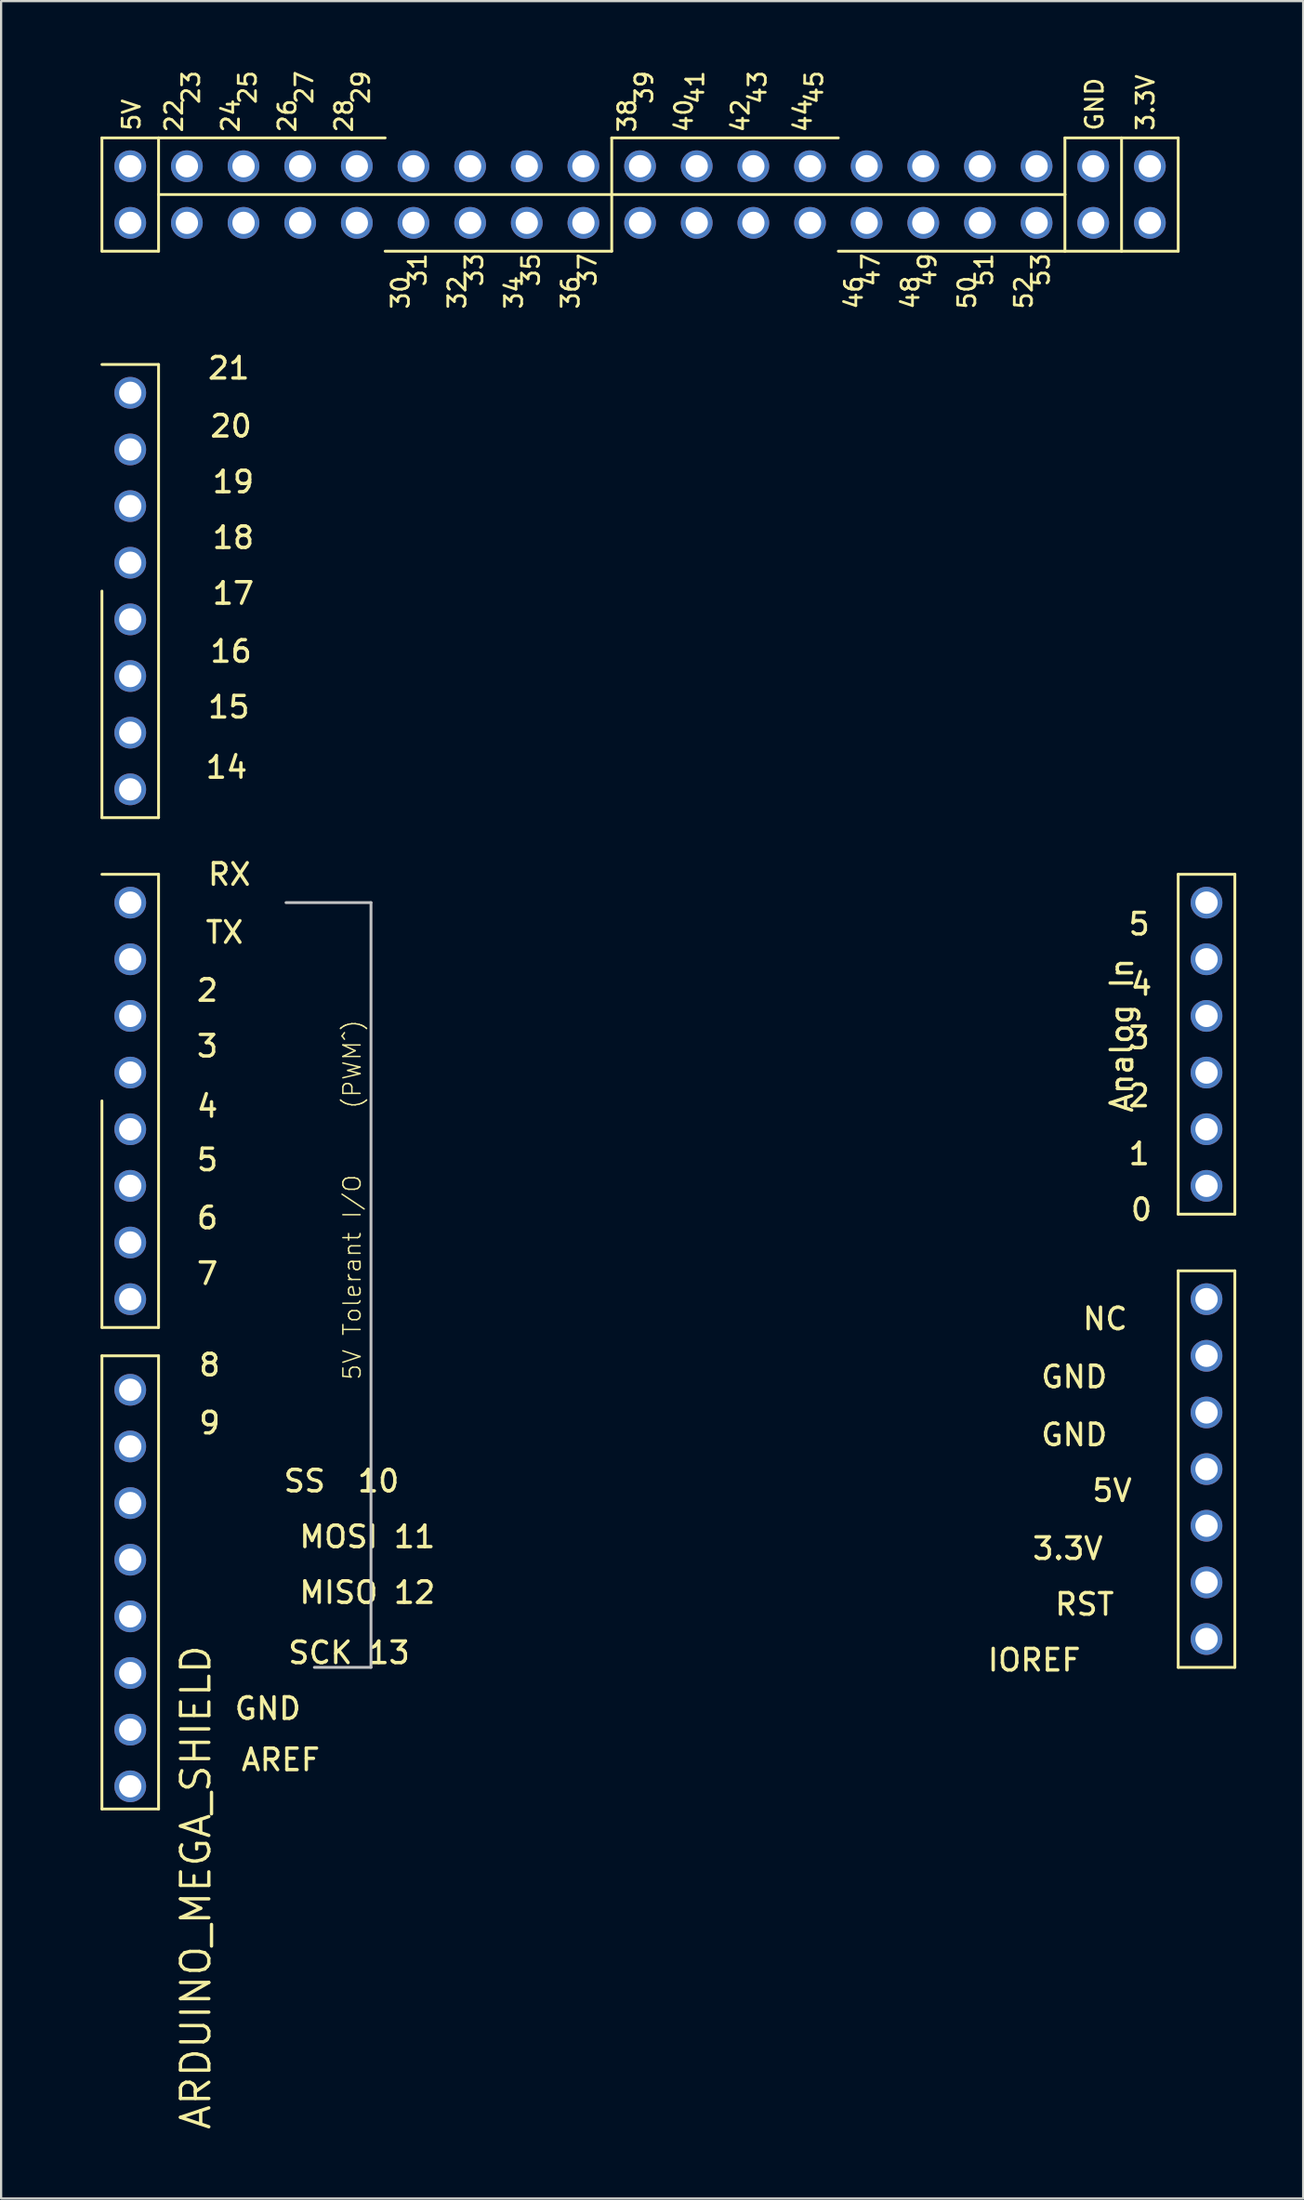
<source format=kicad_pcb>
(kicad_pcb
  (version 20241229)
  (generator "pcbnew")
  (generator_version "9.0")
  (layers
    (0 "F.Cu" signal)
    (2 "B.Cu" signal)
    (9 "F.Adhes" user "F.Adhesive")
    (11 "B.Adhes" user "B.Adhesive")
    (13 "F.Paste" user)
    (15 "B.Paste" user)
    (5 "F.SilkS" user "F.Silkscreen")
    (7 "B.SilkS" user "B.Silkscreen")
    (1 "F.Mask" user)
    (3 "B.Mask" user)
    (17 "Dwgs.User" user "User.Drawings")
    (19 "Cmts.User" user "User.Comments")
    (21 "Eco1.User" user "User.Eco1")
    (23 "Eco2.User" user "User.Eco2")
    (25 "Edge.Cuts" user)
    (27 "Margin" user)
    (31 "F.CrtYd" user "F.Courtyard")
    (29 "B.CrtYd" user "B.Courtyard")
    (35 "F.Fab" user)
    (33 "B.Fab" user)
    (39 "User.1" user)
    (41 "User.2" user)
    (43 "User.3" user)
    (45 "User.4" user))
  (footprint "ARDUINO_MEGA_SHIELD"
    (layer "F.Cu")
    (at 0.25 92.033)
    (property "Reference" "ARDUINO_MEGA_SHIELD" (at 4.74 -21.41 90) (layer "F.SilkS") (effects (font (size 1.27 1.27) (thickness 0.15)) (justify right top)))
    (attr through_hole)
    (fp_line (start 1.27 -88.9) (end 1.27 -83.82) (stroke (width 0.127) (type solid)) (layer "F.SilkS"))
    (fp_line (start 1.27 -88.9) (end 3.81 -88.9) (stroke (width 0.127) (type solid)) (layer "F.SilkS"))
    (fp_line (start 1.27 -83.82) (end 3.81 -83.82) (stroke (width 0.127) (type solid)) (layer "F.SilkS"))
    (fp_line (start 1.27 -78.74) (end 3.81 -78.74) (stroke (width 0.127) (type solid)) (layer "F.SilkS"))
    (fp_line (start 1.27 -68.58) (end 1.27 -58.42) (stroke (width 0.127) (type solid)) (layer "F.SilkS"))
    (fp_line (start 1.27 -58.42) (end 3.81 -58.42) (stroke (width 0.127) (type solid)) (layer "F.SilkS"))
    (fp_line (start 1.27 -55.88) (end 3.81 -55.88) (stroke (width 0.127) (type solid)) (layer "F.SilkS"))
    (fp_line (start 1.27 -45.72) (end 1.27 -35.56) (stroke (width 0.127) (type solid)) (layer "F.SilkS"))
    (fp_line (start 1.27 -34.29) (end 3.81 -34.29) (stroke (width 0.127) (type solid)) (layer "F.SilkS"))
    (fp_line (start 1.27 -13.97) (end 1.27 -34.29) (stroke (width 0.127) (type solid)) (layer "F.SilkS"))
    (fp_line (start 3.81 -88.9) (end 3.81 -86.36) (stroke (width 0.127) (type solid)) (layer "F.SilkS"))
    (fp_line (start 3.81 -88.9) (end 13.97 -88.9) (stroke (width 0.127) (type solid)) (layer "F.SilkS"))
    (fp_line (start 3.81 -86.36) (end 3.81 -83.82) (stroke (width 0.127) (type solid)) (layer "F.SilkS"))
    (fp_line (start 3.81 -86.36) (end 44.45 -86.36) (stroke (width 0.127) (type solid)) (layer "F.SilkS"))
    (fp_line (start 3.81 -78.74) (end 3.81 -58.42) (stroke (width 0.127) (type solid)) (layer "F.SilkS"))
    (fp_line (start 3.81 -55.88) (end 3.81 -35.56) (stroke (width 0.127) (type solid)) (layer "F.SilkS"))
    (fp_line (start 3.81 -35.56) (end 1.27 -35.56) (stroke (width 0.127) (type solid)) (layer "F.SilkS"))
    (fp_line (start 3.81 -34.29) (end 3.81 -13.97) (stroke (width 0.127) (type solid)) (layer "F.SilkS"))
    (fp_line (start 3.81 -13.97) (end 1.27 -13.97) (stroke (width 0.127) (type solid)) (layer "F.SilkS"))
    (fp_line (start 13.97 -83.82) (end 24.13 -83.82) (stroke (width 0.127) (type solid)) (layer "F.SilkS"))
    (fp_line (start 24.13 -88.9) (end 24.13 -83.82) (stroke (width 0.127) (type solid)) (layer "F.SilkS"))
    (fp_line (start 24.13 -88.9) (end 34.29 -88.9) (stroke (width 0.127) (type solid)) (layer "F.SilkS"))
    (fp_line (start 34.29 -83.82) (end 44.45 -83.82) (stroke (width 0.127) (type solid)) (layer "F.SilkS"))
    (fp_line (start 44.45 -88.9) (end 44.45 -86.36) (stroke (width 0.127) (type solid)) (layer "F.SilkS"))
    (fp_line (start 44.45 -86.36) (end 44.45 -83.82) (stroke (width 0.127) (type solid)) (layer "F.SilkS"))
    (fp_line (start 44.45 -83.82) (end 46.99 -83.82) (stroke (width 0.127) (type solid)) (layer "F.SilkS"))
    (fp_line (start 46.99 -88.9) (end 44.45 -88.9) (stroke (width 0.127) (type solid)) (layer "F.SilkS"))
    (fp_line (start 46.99 -88.9) (end 46.99 -83.82) (stroke (width 0.127) (type solid)) (layer "F.SilkS"))
    (fp_line (start 46.99 -83.82) (end 49.53 -83.82) (stroke (width 0.127) (type solid)) (layer "F.SilkS"))
    (fp_line (start 49.53 -88.9) (end 46.99 -88.9) (stroke (width 0.127) (type solid)) (layer "F.SilkS"))
    (fp_line (start 49.53 -83.82) (end 49.53 -88.9) (stroke (width 0.127) (type solid)) (layer "F.SilkS"))
    (fp_line (start 49.53 -55.88) (end 52.07 -55.88) (stroke (width 0.127) (type solid)) (layer "F.SilkS"))
    (fp_line (start 49.53 -40.64) (end 49.53 -55.88) (stroke (width 0.127) (type solid)) (layer "F.SilkS"))
    (fp_line (start 49.53 -38.1) (end 49.53 -20.32) (stroke (width 0.127) (type solid)) (layer "F.SilkS"))
    (fp_line (start 49.53 -20.32) (end 52.07 -20.32) (stroke (width 0.127) (type solid)) (layer "F.SilkS"))
    (fp_line (start 52.07 -55.88) (end 52.07 -40.64) (stroke (width 0.127) (type solid)) (layer "F.SilkS"))
    (fp_line (start 52.07 -40.64) (end 49.53 -40.64) (stroke (width 0.127) (type solid)) (layer "F.SilkS"))
    (fp_line (start 52.07 -38.1) (end 49.53 -38.1) (stroke (width 0.127) (type solid)) (layer "F.SilkS"))
    (fp_line (start 52.07 -20.32) (end 52.07 -38.1) (stroke (width 0.127) (type solid)) (layer "F.SilkS"))
    (fp_line (start 13.335 -54.61) (end 9.525 -54.61) (stroke (width 0.127) (type solid)) (layer "Dwgs.User"))
    (fp_line (start 13.335 -20.32) (end 10.795 -20.32) (stroke (width 0.127) (type solid)) (layer "Dwgs.User"))
    (fp_line (start 13.335 -20.32) (end 13.335 -54.61) (stroke (width 0.127) (type solid)) (layer "Dwgs.User"))
    (fp_text user "35" (at 20.955 -82.169 90) (layer "F.SilkS") (effects (font (size 0.772 0.772) (thickness 0.122)) (justify left bottom)))
    (fp_text user "53" (at 43.815 -82.169 90) (layer "F.SilkS") (effects (font (size 0.772 0.772) (thickness 0.122)) (justify left bottom)))
    (fp_text user "34" (at 20.193 -81.153 90) (layer "F.SilkS") (effects (font (size 0.772 0.772) (thickness 0.122)) (justify left bottom)))
    (fp_text user "3" (at 5.44 -47.61 0) (layer "F.SilkS") (effects (font (size 0.965 0.965) (thickness 0.152)) (justify left bottom)))
    (fp_text user "3.3V" (at 48.514 -89.154 90) (layer "F.SilkS") (effects (font (size 0.772 0.772) (thickness 0.122)) (justify left bottom)))
    (fp_text user "18" (at 6.14 -70.41 0) (layer "F.SilkS") (effects (font (size 0.965 0.965) (thickness 0.152)) (justify left bottom)))
    (fp_text user "43" (at 31.115 -90.351 90) (layer "F.SilkS") (effects (font (size 0.772 0.772) (thickness 0.122)) (justify left bottom)))
    (fp_text user "52" (at 43.053 -81.153 90) (layer "F.SilkS") (effects (font (size 0.772 0.772) (thickness 0.122)) (justify left bottom)))
    (fp_text user "5V Tolerant I/O     (PWM^)" (at 12.04 -49.41 90) (layer "F.SilkS") (effects (font (size 0.772 0.772) (thickness 0.065)) (justify right top)))
    (fp_text user "5V" (at 47.54 -28.81 0) (layer "F.SilkS") (effects (font (size 0.965 0.965) (thickness 0.152)) (justify right top)))
    (fp_text user "3" (at 48.34 -49.11 0) (layer "F.SilkS") (effects (font (size 0.965 0.965) (thickness 0.152)) (justify right top)))
    (fp_text user "20" (at 6.04 -75.41 0) (layer "F.SilkS") (effects (font (size 0.965 0.965) (thickness 0.152)) (justify left bottom)))
    (fp_text user "MISO 12" (at 10.04 -23.11 0) (layer "F.SilkS") (effects (font (size 0.965 0.965) (thickness 0.152)) (justify left bottom)))
    (fp_text user "SCK 13" (at 9.54 -20.41 0) (layer "F.SilkS") (effects (font (size 0.965 0.965) (thickness 0.152)) (justify left bottom)))
    (fp_text user "5" (at 48.34 -54.21 0) (layer "F.SilkS") (effects (font (size 0.965 0.965) (thickness 0.152)) (justify right top)))
    (fp_text user "GND" (at 46.44 -31.31 0) (layer "F.SilkS") (effects (font (size 0.965 0.965) (thickness 0.152)) (justify right top)))
    (fp_text user "TX" (at 5.84 -52.71 0) (layer "F.SilkS") (effects (font (size 0.965 0.965) (thickness 0.152)) (justify left bottom)))
    (fp_text user "49" (at 38.735 -82.169 90) (layer "F.SilkS") (effects (font (size 0.772 0.772) (thickness 0.122)) (justify left bottom)))
    (fp_text user "23" (at 5.715 -90.351 90) (layer "F.SilkS") (effects (font (size 0.772 0.772) (thickness 0.122)) (justify left bottom)))
    (fp_text user "31" (at 15.875 -82.169 90) (layer "F.SilkS") (effects (font (size 0.772 0.772) (thickness 0.122)) (justify left bottom)))
    (fp_text user "26" (at 10.033 -89.081 90) (layer "F.SilkS") (effects (font (size 0.772 0.772) (thickness 0.122)) (justify left bottom)))
    (fp_text user "40" (at 27.813 -89.081 90) (layer "F.SilkS") (effects (font (size 0.772 0.772) (thickness 0.122)) (justify left bottom)))
    (fp_text user "44" (at 33.147 -89.081 90) (layer "F.SilkS") (effects (font (size 0.772 0.772) (thickness 0.122)) (justify left bottom)))
    (fp_text user "45" (at 33.655 -90.351 90) (layer "F.SilkS") (effects (font (size 0.772 0.772) (thickness 0.122)) (justify left bottom)))
    (fp_text user "22" (at 4.953 -89.081 90) (layer "F.SilkS") (effects (font (size 0.772 0.772) (thickness 0.122)) (justify left bottom)))
    (fp_text user "5" (at 5.44 -42.51 0) (layer "F.SilkS") (effects (font (size 0.965 0.965) (thickness 0.152)) (justify left bottom)))
    (fp_text user "4" (at 5.44 -44.91 0) (layer "F.SilkS") (effects (font (size 0.965 0.965) (thickness 0.152)) (justify left bottom)))
    (fp_text user "27" (at 10.795 -90.351 90) (layer "F.SilkS") (effects (font (size 0.772 0.772) (thickness 0.122)) (justify left bottom)))
    (fp_text user "30" (at 15.113 -81.153 90) (layer "F.SilkS") (effects (font (size 0.772 0.772) (thickness 0.122)) (justify left bottom)))
    (fp_text user "24" (at 7.493 -89.081 90) (layer "F.SilkS") (effects (font (size 0.772 0.772) (thickness 0.122)) (justify left bottom)))
    (fp_text user "19" (at 6.14 -72.91 0) (layer "F.SilkS") (effects (font (size 0.965 0.965) (thickness 0.152)) (justify left bottom)))
    (fp_text user "4" (at 48.44 -51.51 0) (layer "F.SilkS") (effects (font (size 0.965 0.965) (thickness 0.152)) (justify right top)))
    (fp_text user "6" (at 5.44 -39.91 0) (layer "F.SilkS") (effects (font (size 0.965 0.965) (thickness 0.152)) (justify left bottom)))
    (fp_text user "32" (at 17.653 -81.153 90) (layer "F.SilkS") (effects (font (size 0.772 0.772) (thickness 0.122)) (justify left bottom)))
    (fp_text user "29" (at 13.335 -90.351 90) (layer "F.SilkS") (effects (font (size 0.772 0.772) (thickness 0.122)) (justify left bottom)))
    (fp_text user "36" (at 22.733 -81.153 90) (layer "F.SilkS") (effects (font (size 0.772 0.772) (thickness 0.122)) (justify left bottom)))
    (fp_text user "5V" (at 3.048 -89.154 90) (layer "F.SilkS") (effects (font (size 0.772 0.772) (thickness 0.122)) (justify left bottom)))
    (fp_text user "2" (at 5.44 -50.11 0) (layer "F.SilkS") (effects (font (size 0.965 0.965) (thickness 0.152)) (justify left bottom)))
    (fp_text user "AREF" (at 7.44 -15.61 0) (layer "F.SilkS") (effects (font (size 0.965 0.965) (thickness 0.152)) (justify left bottom)))
    (fp_text user "15" (at 5.94 -62.81 0) (layer "F.SilkS") (effects (font (size 0.965 0.965) (thickness 0.152)) (justify left bottom)))
    (fp_text user "37" (at 23.495 -82.169 90) (layer "F.SilkS") (effects (font (size 0.772 0.772) (thickness 0.122)) (justify left bottom)))
    (fp_text user "41" (at 28.321 -90.351 90) (layer "F.SilkS") (effects (font (size 0.772 0.772) (thickness 0.122)) (justify left bottom)))
    (fp_text user "16" (at 6.04 -65.31 0) (layer "F.SilkS") (effects (font (size 0.965 0.965) (thickness 0.152)) (justify left bottom)))
    (fp_text user "RST" (at 46.74 -23.71 0) (layer "F.SilkS") (effects (font (size 0.965 0.965) (thickness 0.152)) (justify right top)))
    (fp_text user "0" (at 48.44 -41.41 0) (layer "F.SilkS") (effects (font (size 0.965 0.965) (thickness 0.152)) (justify right top)))
    (fp_text user "25" (at 8.255 -90.351 90) (layer "F.SilkS") (effects (font (size 0.772 0.772) (thickness 0.122)) (justify left bottom)))
    (fp_text user "48" (at 37.973 -81.153 90) (layer "F.SilkS") (effects (font (size 0.772 0.772) (thickness 0.122)) (justify left bottom)))
    (fp_text user "39" (at 26.035 -90.351 90) (layer "F.SilkS") (effects (font (size 0.772 0.772) (thickness 0.122)) (justify left bottom)))
    (fp_text user "1" (at 48.34 -43.91 0) (layer "F.SilkS") (effects (font (size 0.965 0.965) (thickness 0.152)) (justify right top)))
    (fp_text user "7" (at 5.44 -37.41 0) (layer "F.SilkS") (effects (font (size 0.965 0.965) (thickness 0.152)) (justify left bottom)))
    (fp_text user "28" (at 12.573 -89.081 90) (layer "F.SilkS") (effects (font (size 0.772 0.772) (thickness 0.122)) (justify left bottom)))
    (fp_text user "50" (at 40.513 -81.153 90) (layer "F.SilkS") (effects (font (size 0.772 0.772) (thickness 0.122)) (justify left bottom)))
    (fp_text user "21" (at 5.94 -78.01 0) (layer "F.SilkS") (effects (font (size 0.965 0.965) (thickness 0.152)) (justify left bottom)))
    (fp_text user "17" (at 6.14 -67.91 0) (layer "F.SilkS") (effects (font (size 0.965 0.965) (thickness 0.152)) (justify left bottom)))
    (fp_text user "GND" (at 7.14 -17.91 0) (layer "F.SilkS") (effects (font (size 0.965 0.965) (thickness 0.152)) (justify left bottom)))
    (fp_text user "42" (at 30.353 -89.081 90) (layer "F.SilkS") (effects (font (size 0.772 0.772) (thickness 0.122)) (justify left bottom)))
    (fp_text user "51" (at 41.275 -82.169 90) (layer "F.SilkS") (effects (font (size 0.772 0.772) (thickness 0.122)) (justify left bottom)))
    (fp_text user "3.3V" (at 46.24 -26.21 0) (layer "F.SilkS") (effects (font (size 0.965 0.965) (thickness 0.152)) (justify right top)))
    (fp_text user "38" (at 25.273 -89.081 90) (layer "F.SilkS") (effects (font (size 0.772 0.772) (thickness 0.122)) (justify left bottom)))
    (fp_text user "IOREF" (at 45.24 -21.21 0) (layer "F.SilkS") (effects (font (size 0.965 0.965) (thickness 0.152)) (justify right top)))
    (fp_text user "MOSI 11" (at 10.04 -25.61 0) (layer "F.SilkS") (effects (font (size 0.965 0.965) (thickness 0.152)) (justify left bottom)))
    (fp_text user "33" (at 18.415 -82.169 90) (layer "F.SilkS") (effects (font (size 0.772 0.772) (thickness 0.122)) (justify left bottom)))
    (fp_text user "14" (at 5.84 -60.11 0) (layer "F.SilkS") (effects (font (size 0.965 0.965) (thickness 0.152)) (justify left bottom)))
    (fp_text user "GND" (at 46.228 -89.154 90) (layer "F.SilkS") (effects (font (size 0.772 0.772) (thickness 0.122)) (justify left bottom)))
    (fp_text user "8" (at 5.54 -33.31 0) (layer "F.SilkS") (effects (font (size 0.965 0.965) (thickness 0.152)) (justify left bottom)))
    (fp_text user "46" (at 35.433 -81.153 90) (layer "F.SilkS") (effects (font (size 0.772 0.772) (thickness 0.122)) (justify left bottom)))
    (fp_text user "2" (at 48.34 -46.51 0) (layer "F.SilkS") (effects (font (size 0.965 0.965) (thickness 0.152)) (justify right top)))
    (fp_text user "47" (at 36.195 -82.169 90) (layer "F.SilkS") (effects (font (size 0.772 0.772) (thickness 0.122)) (justify left bottom)))
    (fp_text user "SS  10" (at 9.34 -28.11 0) (layer "F.SilkS") (effects (font (size 0.965 0.965) (thickness 0.152)) (justify left bottom)))
    (fp_text user "9" (at 5.54 -30.71 0) (layer "F.SilkS") (effects (font (size 0.965 0.965) (thickness 0.152)) (justify left bottom)))
    (fp_text user "GND" (at 46.44 -33.91 0) (layer "F.SilkS") (effects (font (size 0.965 0.965) (thickness 0.152)) (justify right top)))
    (fp_text user "Analog In" (at 46.44 -52.21 90) (layer "F.SilkS") (effects (font (size 0.965 0.965) (thickness 0.152)) (justify right top)))
    (fp_text user "NC" (at 47.34 -36.51 180) (layer "F.SilkS") (effects (font (size 0.965 0.965) (thickness 0.152)) (justify right top)))
    (fp_text user "RX" (at 5.94 -55.31 0) (layer "F.SilkS") (effects (font (size 0.965 0.965) (thickness 0.152)) (justify left bottom)))
    (pad "3.3V" thru_hole circle (at 50.8 -26.67 90) (size 1.422 1.422) (drill 1) (layers "*.Cu" "*.Mask"))
    (pad "3V3@1" thru_hole circle (at 48.26 -85.09 90) (size 1.422 1.422) (drill 1) (layers "*.Cu" "*.Mask"))
    (pad "3V3@2" thru_hole circle (at 48.26 -87.63 90) (size 1.422 1.422) (drill 1) (layers "*.Cu" "*.Mask"))
    (pad "5V@0" thru_hole circle (at 50.8 -29.21 90) (size 1.422 1.422) (drill 1) (layers "*.Cu" "*.Mask"))
    (pad "5V@1" thru_hole circle (at 2.54 -85.09 90) (size 1.422 1.422) (drill 1) (layers "*.Cu" "*.Mask"))
    (pad "5V@2" thru_hole circle (at 2.54 -87.63 90) (size 1.422 1.422) (drill 1) (layers "*.Cu" "*.Mask"))
    (pad "A0" thru_hole circle (at 50.8 -41.91 90) (size 1.422 1.422) (drill 1) (layers "*.Cu" "*.Mask"))
    (pad "A1" thru_hole circle (at 50.8 -44.45 90) (size 1.422 1.422) (drill 1) (layers "*.Cu" "*.Mask"))
    (pad "A2" thru_hole circle (at 50.8 -46.99 90) (size 1.422 1.422) (drill 1) (layers "*.Cu" "*.Mask"))
    (pad "A3" thru_hole circle (at 50.8 -49.53 90) (size 1.422 1.422) (drill 1) (layers "*.Cu" "*.Mask"))
    (pad "A4" thru_hole circle (at 50.8 -52.07 90) (size 1.422 1.422) (drill 1) (layers "*.Cu" "*.Mask"))
    (pad "A5" thru_hole circle (at 50.8 -54.61 90) (size 1.422 1.422) (drill 1) (layers "*.Cu" "*.Mask"))
    (pad "AREF" thru_hole circle (at 2.54 -14.986 90) (size 1.422 1.422) (drill 1) (layers "*.Cu" "*.Mask"))
    (pad "D2" thru_hole circle (at 2.54 -49.53 90) (size 1.422 1.422) (drill 1) (layers "*.Cu" "*.Mask"))
    (pad "D3" thru_hole circle (at 2.54 -46.99 90) (size 1.422 1.422) (drill 1) (layers "*.Cu" "*.Mask"))
    (pad "D4" thru_hole circle (at 2.54 -44.45 90) (size 1.422 1.422) (drill 1) (layers "*.Cu" "*.Mask"))
    (pad "D5" thru_hole circle (at 2.54 -41.91 90) (size 1.422 1.422) (drill 1) (layers "*.Cu" "*.Mask"))
    (pad "D6" thru_hole circle (at 2.54 -39.37 90) (size 1.422 1.422) (drill 1) (layers "*.Cu" "*.Mask"))
    (pad "D7" thru_hole circle (at 2.54 -36.83 90) (size 1.422 1.422) (drill 1) (layers "*.Cu" "*.Mask"))
    (pad "D8" thru_hole circle (at 2.54 -32.766 90) (size 1.422 1.422) (drill 1) (layers "*.Cu" "*.Mask"))
    (pad "D9" thru_hole circle (at 2.54 -30.226 90) (size 1.422 1.422) (drill 1) (layers "*.Cu" "*.Mask"))
    (pad "D10" thru_hole circle (at 2.54 -27.686 90) (size 1.422 1.422) (drill 1) (layers "*.Cu" "*.Mask"))
    (pad "D11" thru_hole circle (at 2.54 -25.146 90) (size 1.422 1.422) (drill 1) (layers "*.Cu" "*.Mask"))
    (pad "D12" thru_hole circle (at 2.54 -22.606 90) (size 1.422 1.422) (drill 1) (layers "*.Cu" "*.Mask"))
    (pad "D13" thru_hole circle (at 2.54 -20.066 90) (size 1.422 1.422) (drill 1) (layers "*.Cu" "*.Mask"))
    (pad "D14" thru_hole circle (at 2.54 -59.69 90) (size 1.422 1.422) (drill 1) (layers "*.Cu" "*.Mask"))
    (pad "D15" thru_hole circle (at 2.54 -62.23 90) (size 1.422 1.422) (drill 1) (layers "*.Cu" "*.Mask"))
    (pad "D16" thru_hole circle (at 2.54 -64.77 90) (size 1.422 1.422) (drill 1) (layers "*.Cu" "*.Mask"))
    (pad "D17" thru_hole circle (at 2.54 -67.31 90) (size 1.422 1.422) (drill 1) (layers "*.Cu" "*.Mask"))
    (pad "D18" thru_hole circle (at 2.54 -69.85 90) (size 1.422 1.422) (drill 1) (layers "*.Cu" "*.Mask"))
    (pad "D19" thru_hole circle (at 2.54 -72.39 90) (size 1.422 1.422) (drill 1) (layers "*.Cu" "*.Mask"))
    (pad "D20" thru_hole circle (at 2.54 -74.93 90) (size 1.422 1.422) (drill 1) (layers "*.Cu" "*.Mask"))
    (pad "D21" thru_hole circle (at 2.54 -77.47 90) (size 1.422 1.422) (drill 1) (layers "*.Cu" "*.Mask"))
    (pad "D22" thru_hole circle (at 5.08 -85.09 90) (size 1.422 1.422) (drill 1) (layers "*.Cu" "*.Mask"))
    (pad "D23" thru_hole circle (at 5.08 -87.63 90) (size 1.422 1.422) (drill 1) (layers "*.Cu" "*.Mask"))
    (pad "D24" thru_hole circle (at 7.62 -85.09 90) (size 1.422 1.422) (drill 1) (layers "*.Cu" "*.Mask"))
    (pad "D25" thru_hole circle (at 7.62 -87.63 90) (size 1.422 1.422) (drill 1) (layers "*.Cu" "*.Mask"))
    (pad "D26" thru_hole circle (at 10.16 -85.09 90) (size 1.422 1.422) (drill 1) (layers "*.Cu" "*.Mask"))
    (pad "D27" thru_hole circle (at 10.16 -87.63 90) (size 1.422 1.422) (drill 1) (layers "*.Cu" "*.Mask"))
    (pad "D28" thru_hole circle (at 12.7 -85.09 90) (size 1.422 1.422) (drill 1) (layers "*.Cu" "*.Mask"))
    (pad "D29" thru_hole circle (at 12.7 -87.63 90) (size 1.422 1.422) (drill 1) (layers "*.Cu" "*.Mask"))
    (pad "D30" thru_hole circle (at 15.24 -85.09 90) (size 1.422 1.422) (drill 1) (layers "*.Cu" "*.Mask"))
    (pad "D31" thru_hole circle (at 15.24 -87.63 90) (size 1.422 1.422) (drill 1) (layers "*.Cu" "*.Mask"))
    (pad "D32" thru_hole circle (at 17.78 -85.09 90) (size 1.422 1.422) (drill 1) (layers "*.Cu" "*.Mask"))
    (pad "D33" thru_hole circle (at 17.78 -87.63 90) (size 1.422 1.422) (drill 1) (layers "*.Cu" "*.Mask"))
    (pad "D34" thru_hole circle (at 20.32 -85.09 90) (size 1.422 1.422) (drill 1) (layers "*.Cu" "*.Mask"))
    (pad "D35" thru_hole circle (at 20.32 -87.63 90) (size 1.422 1.422) (drill 1) (layers "*.Cu" "*.Mask"))
    (pad "D36" thru_hole circle (at 22.86 -85.09 90) (size 1.422 1.422) (drill 1) (layers "*.Cu" "*.Mask"))
    (pad "D37" thru_hole circle (at 22.86 -87.63 90) (size 1.422 1.422) (drill 1) (layers "*.Cu" "*.Mask"))
    (pad "D38" thru_hole circle (at 25.4 -85.09 90) (size 1.422 1.422) (drill 1) (layers "*.Cu" "*.Mask"))
    (pad "D39" thru_hole circle (at 25.4 -87.63 90) (size 1.422 1.422) (drill 1) (layers "*.Cu" "*.Mask"))
    (pad "D40" thru_hole circle (at 27.94 -85.09 90) (size 1.422 1.422) (drill 1) (layers "*.Cu" "*.Mask"))
    (pad "D41" thru_hole circle (at 27.94 -87.63 90) (size 1.422 1.422) (drill 1) (layers "*.Cu" "*.Mask"))
    (pad "D42" thru_hole circle (at 30.48 -85.09 90) (size 1.422 1.422) (drill 1) (layers "*.Cu" "*.Mask"))
    (pad "D43" thru_hole circle (at 30.48 -87.63 90) (size 1.422 1.422) (drill 1) (layers "*.Cu" "*.Mask"))
    (pad "D44" thru_hole circle (at 33.02 -85.09 90) (size 1.422 1.422) (drill 1) (layers "*.Cu" "*.Mask"))
    (pad "D45" thru_hole circle (at 33.02 -87.63 90) (size 1.422 1.422) (drill 1) (layers "*.Cu" "*.Mask"))
    (pad "D46" thru_hole circle (at 35.56 -85.09 90) (size 1.422 1.422) (drill 1) (layers "*.Cu" "*.Mask"))
    (pad "D47" thru_hole circle (at 35.56 -87.63 90) (size 1.422 1.422) (drill 1) (layers "*.Cu" "*.Mask"))
    (pad "D48" thru_hole circle (at 38.1 -85.09 90) (size 1.422 1.422) (drill 1) (layers "*.Cu" "*.Mask"))
    (pad "D49" thru_hole circle (at 38.1 -87.63 90) (size 1.422 1.422) (drill 1) (layers "*.Cu" "*.Mask"))
    (pad "D50" thru_hole circle (at 40.64 -85.09 90) (size 1.422 1.422) (drill 1) (layers "*.Cu" "*.Mask"))
    (pad "D51" thru_hole circle (at 40.64 -87.63 90) (size 1.422 1.422) (drill 1) (layers "*.Cu" "*.Mask"))
    (pad "D52" thru_hole circle (at 43.18 -85.09 90) (size 1.422 1.422) (drill 1) (layers "*.Cu" "*.Mask"))
    (pad "D53" thru_hole circle (at 43.18 -87.63 90) (size 1.422 1.422) (drill 1) (layers "*.Cu" "*.Mask"))
    (pad "GND@0" thru_hole circle (at 50.8 -31.75 90) (size 1.422 1.422) (drill 1) (layers "*.Cu" "*.Mask"))
    (pad "GND@1" thru_hole circle (at 50.8 -34.29 90) (size 1.422 1.422) (drill 1) (layers "*.Cu" "*.Mask"))
    (pad "GND@2" thru_hole circle (at 2.54 -17.526 90) (size 1.422 1.422) (drill 1) (layers "*.Cu" "*.Mask"))
    (pad "GND@3" thru_hole circle (at 45.72 -85.09 90) (size 1.422 1.422) (drill 1) (layers "*.Cu" "*.Mask"))
    (pad "GND@4" thru_hole circle (at 45.72 -87.63 90) (size 1.422 1.422) (drill 1) (layers "*.Cu" "*.Mask"))
    (pad "IOREF" thru_hole circle (at 50.8 -21.59 90) (size 1.422 1.422) (drill 1) (layers "*.Cu" "*.Mask"))
    (pad "RES" thru_hole circle (at 50.8 -24.13 90) (size 1.422 1.422) (drill 1) (layers "*.Cu" "*.Mask"))
    (pad "RX" thru_hole circle (at 2.54 -54.61 90) (size 1.422 1.422) (drill 1) (layers "*.Cu" "*.Mask"))
    (pad "TX" thru_hole circle (at 2.54 -52.07 90) (size 1.422 1.422) (drill 1) (layers "*.Cu" "*.Mask"))
    (pad "VIN" thru_hole circle (at 50.8 -36.83 90) (size 1.422 1.422) (drill 1) (layers "*.Cu" "*.Mask")))
  (gr_rect
    (start -3 -3)
    (end 55.383 95.53)
    (stroke (width 0.1) (type default))
    (fill no)
    (layer "Edge.Cuts")))
</source>
